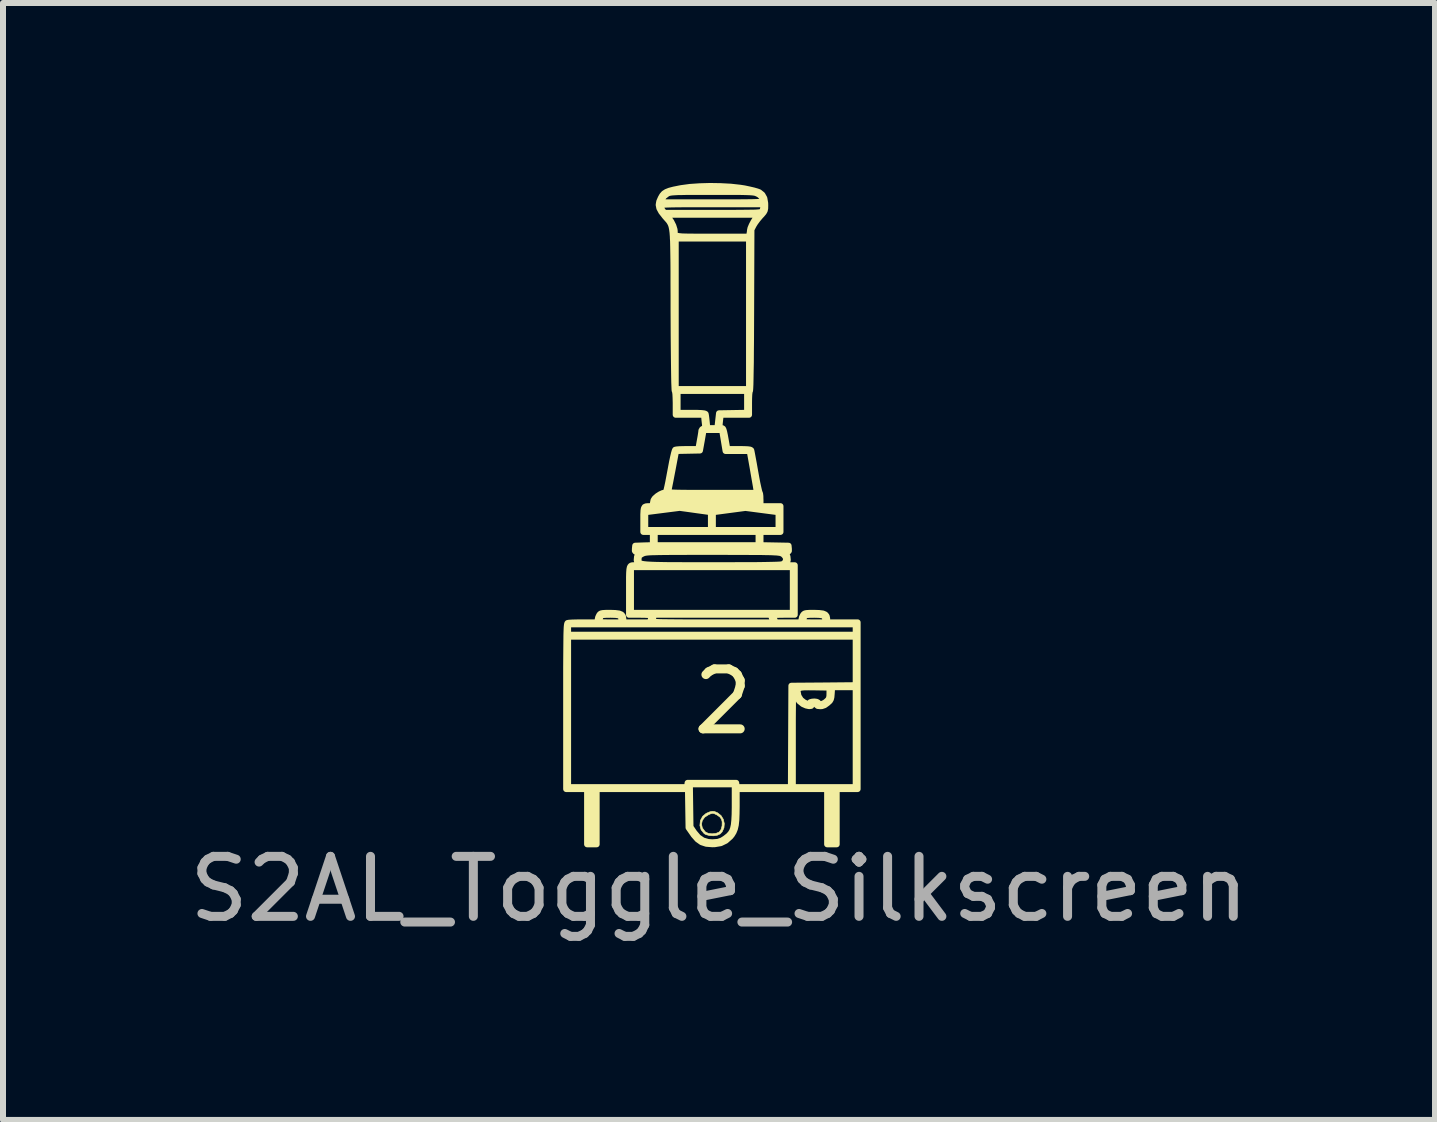
<source format=kicad_pcb>
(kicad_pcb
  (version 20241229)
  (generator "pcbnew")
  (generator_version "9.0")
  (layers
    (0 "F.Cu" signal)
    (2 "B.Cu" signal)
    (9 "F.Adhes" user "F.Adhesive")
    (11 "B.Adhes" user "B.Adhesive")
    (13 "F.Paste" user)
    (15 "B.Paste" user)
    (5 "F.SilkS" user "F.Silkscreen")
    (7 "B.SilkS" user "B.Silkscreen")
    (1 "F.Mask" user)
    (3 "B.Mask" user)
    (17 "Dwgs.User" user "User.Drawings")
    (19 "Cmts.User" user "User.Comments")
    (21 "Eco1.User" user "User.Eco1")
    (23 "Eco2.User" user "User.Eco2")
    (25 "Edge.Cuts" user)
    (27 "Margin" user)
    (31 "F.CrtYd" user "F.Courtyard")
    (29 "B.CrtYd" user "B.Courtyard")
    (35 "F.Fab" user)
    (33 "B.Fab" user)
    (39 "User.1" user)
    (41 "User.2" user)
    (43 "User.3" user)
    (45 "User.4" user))
  (footprint "S2AL_Toggle_Silkscreen"
    (layer "F.Cu")
    (at 8.681 5.673)
    (property "Reference" "S2AL_Toggle_Silkscreen" (at 0.254 6.096 0) (layer "F.Fab") (effects (font (size 1 1) (thickness 0.15))))
    (attr through_hole board_only exclude_from_pos_files exclude_from_bom)
    (fp_poly (pts (xy 0.18 4.804) (xy 0.226 4.824) (xy 0.229 4.825) (xy 0.287 4.871) (xy 0.325 4.933) (xy 0.342 5.004) (xy 0.336 5.076) (xy 0.306 5.141) (xy 0.274 5.176) (xy 0.227 5.198) (xy 0.163 5.208) (xy 0.095 5.204) (xy 0.035 5.188) (xy 0.006 5.171) (xy -0.044 5.11) (xy -0.065 5.037) (xy -0.063 5.015) (xy -0.038 5.015) (xy -0.024 5.078) (xy 0.02 5.137) (xy 0.03 5.146) (xy 0.076 5.168) (xy 0.137 5.175) (xy 0.2 5.169) (xy 0.251 5.149) (xy 0.26 5.143) (xy 0.289 5.101) (xy 0.305 5.041) (xy 0.306 4.977) (xy 0.296 4.934) (xy 0.269 4.896) (xy 0.222 4.862) (xy 0.214 4.858) (xy 0.174 4.839) (xy 0.146 4.833) (xy 0.116 4.841) (xy 0.08 4.856) (xy 0.015 4.898) (xy -0.025 4.953) (xy -0.038 5.015) (xy -0.063 5.015) (xy -0.057 4.959) (xy -0.056 4.953) (xy -0.019 4.884) (xy 0.039 4.835) (xy 0.103 4.808) (xy 0.144 4.8) (xy 0.18 4.804)) (stroke (width 0.01) (type solid)) (fill yes) (layer "F.SilkS"))
    (fp_poly (pts (xy 0.281 -5.62) (xy 0.45 -5.611) (xy 0.603 -5.594) (xy 0.675 -5.583) (xy 0.755 -5.566) (xy 0.829 -5.549) (xy 0.888 -5.532) (xy 0.924 -5.519) (xy 0.924 -5.519) (xy 0.976 -5.478) (xy 1.009 -5.419) (xy 1.023 -5.338) (xy 1.024 -5.302) (xy 1.023 -5.25) (xy 1.016 -5.214) (xy 0.999 -5.183) (xy 0.967 -5.145) (xy 0.946 -5.123) (xy 0.9 -5.069) (xy 0.857 -5.011) (xy 0.831 -4.969) (xy 0.794 -4.897) (xy 0.789 -3.552) (xy 0.788 -3.298) (xy 0.787 -3.069) (xy 0.785 -2.864) (xy 0.784 -2.686) (xy 0.781 -2.534) (xy 0.779 -2.41) (xy 0.777 -2.315) (xy 0.774 -2.249) (xy 0.771 -2.213) (xy 0.769 -2.207) (xy 0.763 -2.192) (xy 0.758 -2.149) (xy 0.755 -2.084) (xy 0.754 -2.008) (xy 0.754 -1.81) (xy 0.282 -1.81) (xy 0.272 -1.726) (xy 0.265 -1.66) (xy 0.263 -1.619) (xy 0.268 -1.597) (xy 0.28 -1.589) (xy 0.293 -1.587) (xy 0.308 -1.586) (xy 0.32 -1.578) (xy 0.329 -1.559) (xy 0.339 -1.524) (xy 0.351 -1.468) (xy 0.366 -1.385) (xy 0.392 -1.238) (xy 0.587 -1.238) (xy 0.674 -1.237) (xy 0.734 -1.234) (xy 0.77 -1.229) (xy 0.788 -1.221) (xy 0.791 -1.217) (xy 0.796 -1.195) (xy 0.805 -1.148) (xy 0.818 -1.078) (xy 0.834 -0.992) (xy 0.851 -0.895) (xy 0.858 -0.856) (xy 0.876 -0.756) (xy 0.893 -0.667) (xy 0.909 -0.594) (xy 0.921 -0.542) (xy 0.929 -0.514) (xy 0.931 -0.511) (xy 0.938 -0.493) (xy 0.943 -0.453) (xy 0.944 -0.398) (xy 0.945 -0.396) (xy 0.945 -0.286) (xy 1.278 -0.286) (xy 1.278 0.143) (xy 0.945 0.143) (xy 0.945 0.364) (xy 1.413 0.373) (xy 1.418 0.425) (xy 1.418 0.46) (xy 1.406 0.474) (xy 1.381 0.476) (xy 1.353 0.478) (xy 1.352 0.488) (xy 1.364 0.501) (xy 1.394 0.551) (xy 1.4 0.61) (xy 1.391 0.645) (xy 1.378 0.677) (xy 1.379 0.693) (xy 1.402 0.698) (xy 1.445 0.699) (xy 1.516 0.699) (xy 1.516 1.524) (xy 1.333 1.524) (xy 1.262 1.525) (xy 1.203 1.527) (xy 1.164 1.529) (xy 1.151 1.532) (xy 1.156 1.551) (xy 1.17 1.587) (xy 1.174 1.596) (xy 1.197 1.651) (xy 1.627 1.651) (xy 1.627 1.618) (xy 1.659 1.618) (xy 1.661 1.632) (xy 1.669 1.642) (xy 1.691 1.647) (xy 1.73 1.65) (xy 1.792 1.651) (xy 1.841 1.651) (xy 2.024 1.651) (xy 2.024 1.607) (xy 2.02 1.571) (xy 2.006 1.547) (xy 1.975 1.533) (xy 1.924 1.526) (xy 1.846 1.524) (xy 1.839 1.524) (xy 1.768 1.525) (xy 1.723 1.528) (xy 1.696 1.534) (xy 1.681 1.546) (xy 1.675 1.555) (xy 1.661 1.596) (xy 1.659 1.618) (xy 1.627 1.618) (xy 1.627 1.611) (xy 1.636 1.567) (xy 1.653 1.531) (xy 1.667 1.513) (xy 1.684 1.502) (xy 1.711 1.496) (xy 1.756 1.493) (xy 1.825 1.492) (xy 1.832 1.492) (xy 1.922 1.495) (xy 1.986 1.503) (xy 2.026 1.52) (xy 2.048 1.547) (xy 2.056 1.587) (xy 2.056 1.596) (xy 2.056 1.651) (xy 2.564 1.651) (xy 2.564 4.429) (xy 2.215 4.429) (xy 2.215 5.35) (xy 2.056 5.35) (xy 2.056 4.429) (xy 2.087 4.429) (xy 2.087 5.318) (xy 2.183 5.318) (xy 2.183 4.429) (xy 2.087 4.429) (xy 2.056 4.429) (xy 0.548 4.429) (xy 0.548 4.712) (xy 0.546 4.842) (xy 0.542 4.946) (xy 0.533 5.028) (xy 0.518 5.093) (xy 0.497 5.145) (xy 0.469 5.191) (xy 0.443 5.223) (xy 0.367 5.29) (xy 0.282 5.331) (xy 0.182 5.348) (xy 0.142 5.349) (xy 0.042 5.341) (xy -0.037 5.315) (xy -0.105 5.267) (xy -0.17 5.193) (xy -0.182 5.175) (xy -0.254 5.072) (xy -0.259 4.751) (xy -0.264 4.429) (xy -1.786 4.429) (xy -1.786 5.35) (xy -1.945 5.35) (xy -1.945 4.429) (xy -1.913 4.429) (xy -1.913 5.318) (xy -1.818 5.318) (xy -1.818 4.429) (xy -1.913 4.429) (xy -1.945 4.429) (xy -2.294 4.429) (xy -2.294 3.05) (xy -2.294 2.807) (xy -2.294 2.595) (xy -2.294 2.41) (xy -2.293 2.251) (xy -2.292 2.116) (xy -2.291 2.003) (xy -2.29 1.911) (xy -2.29 1.889) (xy -2.262 1.889) (xy -2.262 4.397) (xy -0.28 4.397) (xy -0.273 4.35) (xy -0.232 4.35) (xy -0.227 4.705) (xy -0.222 5.061) (xy -0.159 5.154) (xy -0.091 5.234) (xy -0.015 5.286) (xy 0.074 5.312) (xy 0.143 5.317) (xy 0.235 5.31) (xy 0.301 5.287) (xy 0.354 5.254) (xy 0.406 5.213) (xy 0.416 5.204) (xy 0.447 5.17) (xy 0.471 5.132) (xy 0.488 5.086) (xy 0.501 5.027) (xy 0.509 4.951) (xy 0.514 4.854) (xy 0.516 4.732) (xy 0.516 4.672) (xy 0.516 4.35) (xy -0.232 4.35) (xy -0.273 4.35) (xy -0.27 4.326) (xy 0.54 4.326) (xy 0.55 4.397) (xy 1.452 4.397) (xy 1.456 3.564) (xy 1.484 3.564) (xy 1.484 4.397) (xy 2.532 4.397) (xy 2.532 2.731) (xy 2.139 2.731) (xy 2.132 2.836) (xy 2.127 2.895) (xy 2.118 2.932) (xy 2.101 2.961) (xy 2.069 2.99) (xy 2.064 2.995) (xy 2.014 3.031) (xy 1.967 3.047) (xy 1.942 3.048) (xy 1.899 3.044) (xy 1.882 3.03) (xy 1.881 3.024) (xy 1.867 3.005) (xy 1.841 3) (xy 1.81 3.009) (xy 1.802 3.024) (xy 1.789 3.043) (xy 1.756 3.047) (xy 1.708 3.037) (xy 1.655 3.014) (xy 1.651 3.012) (xy 1.59 2.963) (xy 1.554 2.899) (xy 1.541 2.815) (xy 1.54 2.806) (xy 1.54 2.804) (xy 1.564 2.804) (xy 1.578 2.878) (xy 1.618 2.942) (xy 1.67 2.983) (xy 1.726 3.009) (xy 1.758 3.014) (xy 1.766 2.999) (xy 1.766 2.996) (xy 1.776 2.981) (xy 1.806 2.973) (xy 1.845 2.97) (xy 1.882 2.975) (xy 1.905 2.988) (xy 1.907 2.992) (xy 1.929 3.013) (xy 1.967 3.012) (xy 2.015 2.99) (xy 2.04 2.971) (xy 2.071 2.942) (xy 2.087 2.915) (xy 2.094 2.878) (xy 2.095 2.832) (xy 2.095 2.738) (xy 1.852 2.734) (xy 1.749 2.733) (xy 1.674 2.734) (xy 1.622 2.739) (xy 1.59 2.749) (xy 1.572 2.764) (xy 1.565 2.786) (xy 1.564 2.804) (xy 1.54 2.804) (xy 1.538 2.759) (xy 1.529 2.736) (xy 1.512 2.731) (xy 1.506 2.732) (xy 1.501 2.738) (xy 1.496 2.752) (xy 1.493 2.775) (xy 1.49 2.81) (xy 1.488 2.86) (xy 1.487 2.927) (xy 1.486 3.015) (xy 1.485 3.124) (xy 1.484 3.258) (xy 1.484 3.42) (xy 1.484 3.564) (xy 1.456 3.564) (xy 1.46 2.707) (xy 1.996 2.703) (xy 2.532 2.698) (xy 2.532 1.889) (xy -2.262 1.889) (xy -2.29 1.889) (xy -2.289 1.836) (xy -2.287 1.778) (xy -2.285 1.734) (xy -2.282 1.702) (xy -2.279 1.683) (xy -2.262 1.683) (xy -2.262 1.857) (xy 2.532 1.857) (xy 2.532 1.683) (xy -2.262 1.683) (xy -2.279 1.683) (xy -2.279 1.681) (xy -2.275 1.668) (xy -2.271 1.662) (xy -2.269 1.661) (xy -2.245 1.657) (xy -2.195 1.654) (xy -2.126 1.652) (xy -2.045 1.651) (xy -2.007 1.651) (xy -1.77 1.651) (xy -1.77 1.618) (xy -1.738 1.618) (xy -1.737 1.632) (xy -1.728 1.642) (xy -1.707 1.647) (xy -1.668 1.65) (xy -1.605 1.651) (xy -1.556 1.651) (xy -1.373 1.651) (xy -1.373 1.607) (xy -1.377 1.571) (xy -1.391 1.547) (xy -1.422 1.533) (xy -1.473 1.526) (xy -1.551 1.524) (xy -1.558 1.524) (xy -1.629 1.525) (xy -1.674 1.528) (xy -1.701 1.534) (xy -1.716 1.546) (xy -1.722 1.555) (xy -1.736 1.596) (xy -1.738 1.618) (xy -1.77 1.618) (xy -1.77 1.611) (xy -1.761 1.567) (xy -1.744 1.531) (xy -1.731 1.513) (xy -1.714 1.502) (xy -1.686 1.496) (xy -1.641 1.493) (xy -1.572 1.492) (xy -1.565 1.492) (xy -1.475 1.495) (xy -1.412 1.503) (xy -1.371 1.52) (xy -1.349 1.547) (xy -1.342 1.587) (xy -1.341 1.596) (xy -1.341 1.651) (xy -0.9 1.651) (xy -0.891 1.626) (xy -0.859 1.626) (xy -0.859 1.631) (xy -0.852 1.635) (xy -0.838 1.639) (xy -0.813 1.642) (xy -0.775 1.645) (xy -0.722 1.647) (xy -0.652 1.648) (xy -0.562 1.649) (xy -0.451 1.65) (xy -0.316 1.651) (xy -0.155 1.651) (xy 0.035 1.651) (xy 0.148 1.651) (xy 1.164 1.651) (xy 1.139 1.587) (xy 1.114 1.524) (xy -0.83 1.524) (xy -0.84 1.562) (xy -0.851 1.603) (xy -0.859 1.626) (xy -0.891 1.626) (xy -0.883 1.601) (xy -0.871 1.563) (xy -0.865 1.538) (xy -0.865 1.538) (xy -0.88 1.532) (xy -0.921 1.528) (xy -0.981 1.525) (xy -1.054 1.524) (xy -1.246 1.524) (xy -1.246 1.121) (xy -1.246 0.994) (xy -1.246 0.896) (xy -1.244 0.822) (xy -1.24 0.769) (xy -1.233 0.734) (xy -1.231 0.73) (xy -1.214 0.73) (xy -1.214 1.492) (xy 1.484 1.492) (xy 1.484 0.73) (xy -1.214 0.73) (xy -1.231 0.73) (xy -1.222 0.713) (xy -1.206 0.702) (xy -1.184 0.699) (xy -1.155 0.698) (xy -1.141 0.699) (xy -1.106 0.697) (xy -1.095 0.687) (xy -1.103 0.668) (xy -1.118 0.614) (xy -1.088 0.614) (xy -1.087 0.63) (xy -1.083 0.644) (xy -1.074 0.656) (xy -1.058 0.666) (xy -1.032 0.675) (xy -0.995 0.681) (xy -0.944 0.686) (xy -0.878 0.69) (xy -0.794 0.693) (xy -0.691 0.695) (xy -0.565 0.697) (xy -0.416 0.697) (xy -0.241 0.698) (xy -0.037 0.698) (xy 0.138 0.698) (xy 0.377 0.698) (xy 0.585 0.697) (xy 0.764 0.697) (xy 0.915 0.696) (xy 1.04 0.694) (xy 1.14 0.692) (xy 1.217 0.69) (xy 1.271 0.687) (xy 1.304 0.683) (xy 1.317 0.68) (xy 1.357 0.648) (xy 1.372 0.605) (xy 1.363 0.56) (xy 1.329 0.52) (xy 1.302 0.503) (xy 1.289 0.498) (xy 1.271 0.493) (xy 1.248 0.49) (xy 1.215 0.486) (xy 1.172 0.484) (xy 1.116 0.481) (xy 1.044 0.48) (xy 0.954 0.478) (xy 0.844 0.478) (xy 0.711 0.477) (xy 0.554 0.477) (xy 0.37 0.476) (xy 0.156 0.476) (xy 0.142 0.476) (xy -0.072 0.476) (xy -0.257 0.476) (xy -0.414 0.477) (xy -0.547 0.477) (xy -0.657 0.478) (xy -0.748 0.479) (xy -0.82 0.481) (xy -0.877 0.482) (xy -0.921 0.485) (xy -0.954 0.488) (xy -0.978 0.492) (xy -0.996 0.496) (xy -1.011 0.502) (xy -1.024 0.508) (xy -1.025 0.508) (xy -1.065 0.532) (xy -1.083 0.556) (xy -1.087 0.592) (xy -1.087 0.595) (xy -1.088 0.614) (xy -1.118 0.614) (xy -1.118 0.613) (xy -1.113 0.556) (xy -1.089 0.51) (xy -1.087 0.508) (xy -1.056 0.476) (xy -1.104 0.476) (xy -1.137 0.473) (xy -1.149 0.458) (xy -1.148 0.425) (xy -1.148 0.421) (xy -1.119 0.421) (xy -1.116 0.425) (xy -1.107 0.429) (xy -1.088 0.432) (xy -1.058 0.435) (xy -1.015 0.437) (xy -0.958 0.439) (xy -0.883 0.441) (xy -0.79 0.442) (xy -0.675 0.443) (xy -0.538 0.444) (xy -0.375 0.444) (xy -0.186 0.444) (xy 0.032 0.444) (xy 0.135 0.445) (xy 0.366 0.444) (xy 0.567 0.444) (xy 0.741 0.444) (xy 0.889 0.443) (xy 1.013 0.443) (xy 1.115 0.441) (xy 1.198 0.44) (xy 1.262 0.438) (xy 1.311 0.436) (xy 1.346 0.433) (xy 1.37 0.43) (xy 1.383 0.427) (xy 1.389 0.423) (xy 1.389 0.421) (xy 1.386 0.416) (xy 1.376 0.412) (xy 1.358 0.409) (xy 1.328 0.406) (xy 1.285 0.404) (xy 1.227 0.402) (xy 1.153 0.401) (xy 1.059 0.399) (xy 0.945 0.398) (xy 0.807 0.398) (xy 0.645 0.397) (xy 0.456 0.397) (xy 0.238 0.397) (xy 0.135 0.397) (xy -0.096 0.397) (xy -0.298 0.397) (xy -0.471 0.397) (xy -0.619 0.398) (xy -0.743 0.399) (xy -0.845 0.4) (xy -0.928 0.401) (xy -0.993 0.403) (xy -1.041 0.405) (xy -1.077 0.408) (xy -1.1 0.411) (xy -1.113 0.415) (xy -1.119 0.419) (xy -1.119 0.421) (xy -1.148 0.421) (xy -1.143 0.373) (xy -0.996 0.368) (xy -0.849 0.364) (xy -0.849 0.143) (xy -0.818 0.143) (xy -0.818 0.365) (xy 0.913 0.365) (xy 0.913 0.143) (xy -0.818 0.143) (xy -0.849 0.143) (xy -1.008 0.143) (xy -1.008 -0.062) (xy -1.008 -0.15) (xy -1.006 -0.185) (xy -0.976 -0.185) (xy -0.976 0.111) (xy 0.119 0.111) (xy 0.119 -0.185) (xy 0.151 -0.185) (xy 0.151 0.111) (xy 1.246 0.111) (xy 1.246 -0.185) (xy 0.97 -0.221) (xy 0.765 -0.248) (xy 1.061 -0.248) (xy 1.063 -0.245) (xy 1.09 -0.239) (xy 1.095 -0.238) (xy 1.172 -0.227) (xy 1.223 -0.226) (xy 1.245 -0.234) (xy 1.246 -0.238) (xy 1.231 -0.246) (xy 1.192 -0.251) (xy 1.139 -0.252) (xy 1.085 -0.25) (xy 1.061 -0.248) (xy 0.765 -0.248) (xy 0.694 -0.257) (xy 0.422 -0.221) (xy 0.151 -0.185) (xy 0.119 -0.185) (xy 0.119 -0.186) (xy -0.141 -0.222) (xy -0.298 -0.244) (xy -0.025 -0.244) (xy -0.023 -0.24) (xy -0.016 -0.238) (xy 0.078 -0.228) (xy 0.183 -0.227) (xy 0.279 -0.235) (xy 0.294 -0.237) (xy 0.313 -0.242) (xy 0.306 -0.246) (xy 0.271 -0.248) (xy 0.206 -0.25) (xy 0.143 -0.25) (xy 0.06 -0.249) (xy 0.003 -0.247) (xy -0.025 -0.244) (xy -0.298 -0.244) (xy -0.402 -0.258) (xy -0.976 -0.185) (xy -1.006 -0.185) (xy -1.005 -0.211) (xy -1.001 -0.237) (xy -0.976 -0.237) (xy -0.963 -0.228) (xy -0.92 -0.227) (xy -0.869 -0.231) (xy -0.814 -0.237) (xy -0.774 -0.243) (xy -0.755 -0.248) (xy -0.755 -0.248) (xy -0.767 -0.251) (xy -0.802 -0.253) (xy -0.855 -0.254) (xy -0.863 -0.254) (xy -0.926 -0.252) (xy -0.965 -0.245) (xy -0.976 -0.237) (xy -1.001 -0.237) (xy -0.998 -0.251) (xy -0.985 -0.273) (xy -0.962 -0.283) (xy -0.928 -0.286) (xy -0.905 -0.286) (xy -0.869 -0.288) (xy -0.853 -0.303) (xy -0.847 -0.338) (xy -0.846 -0.345) (xy -0.839 -0.381) (xy -0.818 -0.381) (xy -0.818 -0.286) (xy 0.913 -0.286) (xy 0.913 -0.381) (xy -0.818 -0.381) (xy -0.839 -0.381) (xy -0.838 -0.385) (xy -0.82 -0.413) (xy -0.774 -0.413) (xy 0.069 -0.413) (xy 0.254 -0.413) (xy 0.41 -0.413) (xy 0.539 -0.413) (xy 0.644 -0.414) (xy 0.727 -0.415) (xy 0.791 -0.416) (xy 0.838 -0.419) (xy 0.871 -0.421) (xy 0.893 -0.425) (xy 0.905 -0.429) (xy 0.911 -0.435) (xy 0.913 -0.441) (xy 0.913 -0.445) (xy 0.912 -0.452) (xy 0.908 -0.458) (xy 0.899 -0.463) (xy 0.882 -0.466) (xy 0.854 -0.47) (xy 0.812 -0.472) (xy 0.755 -0.474) (xy 0.679 -0.475) (xy 0.582 -0.476) (xy 0.462 -0.476) (xy 0.315 -0.476) (xy 0.14 -0.476) (xy 0.11 -0.476) (xy -0.071 -0.476) (xy -0.222 -0.476) (xy -0.347 -0.476) (xy -0.449 -0.475) (xy -0.529 -0.474) (xy -0.591 -0.472) (xy -0.638 -0.469) (xy -0.672 -0.466) (xy -0.696 -0.462) (xy -0.713 -0.457) (xy -0.725 -0.451) (xy -0.734 -0.445) (xy -0.774 -0.413) (xy -0.82 -0.413) (xy -0.816 -0.418) (xy -0.774 -0.455) (xy -0.773 -0.456) (xy -0.727 -0.485) (xy -0.685 -0.504) (xy -0.667 -0.508) (xy -0.655 -0.508) (xy -0.645 -0.511) (xy -0.636 -0.519) (xy -0.63 -0.532) (xy -0.592 -0.532) (xy -0.59 -0.526) (xy -0.581 -0.521) (xy -0.564 -0.517) (xy -0.535 -0.514) (xy -0.492 -0.512) (xy -0.433 -0.51) (xy -0.354 -0.509) (xy -0.253 -0.508) (xy -0.127 -0.508) (xy 0.027 -0.508) (xy 0.143 -0.508) (xy 0.885 -0.508) (xy 0.875 -0.575) (xy 0.869 -0.613) (xy 0.858 -0.676) (xy 0.844 -0.756) (xy 0.828 -0.848) (xy 0.815 -0.925) (xy 0.765 -1.206) (xy 0.363 -1.206) (xy 0.305 -1.556) (xy -0.003 -1.556) (xy -0.033 -1.385) (xy -0.064 -1.214) (xy -0.263 -1.21) (xy -0.462 -1.206) (xy -0.522 -0.888) (xy -0.541 -0.79) (xy -0.558 -0.701) (xy -0.573 -0.626) (xy -0.584 -0.571) (xy -0.59 -0.542) (xy -0.591 -0.539) (xy -0.592 -0.532) (xy -0.63 -0.532) (xy -0.627 -0.538) (xy -0.618 -0.568) (xy -0.607 -0.616) (xy -0.593 -0.682) (xy -0.576 -0.772) (xy -0.554 -0.889) (xy -0.545 -0.937) (xy -0.528 -1.027) (xy -0.511 -1.106) (xy -0.496 -1.17) (xy -0.484 -1.211) (xy -0.477 -1.226) (xy -0.455 -1.231) (xy -0.409 -1.235) (xy -0.345 -1.237) (xy -0.276 -1.238) (xy -0.091 -1.238) (xy -0.066 -1.379) (xy -0.054 -1.445) (xy -0.045 -1.501) (xy -0.04 -1.537) (xy -0.04 -1.545) (xy -0.026 -1.569) (xy -0.006 -1.58) (xy 0.014 -1.59) (xy 0.022 -1.61) (xy 0.02 -1.649) (xy 0.018 -1.663) (xy 0.012 -1.716) (xy 0.008 -1.762) (xy 0.008 -1.772) (xy 0.008 -1.81) (xy -0.468 -1.81) (xy -0.468 -2.008) (xy -0.47 -2.09) (xy -0.473 -2.153) (xy -0.478 -2.193) (xy -0.484 -2.207) (xy -0.437 -2.207) (xy -0.437 -1.841) (xy -0.206 -1.841) (xy -0.108 -1.841) (xy -0.039 -1.838) (xy 0.005 -1.833) (xy 0.027 -1.826) (xy 0.031 -1.822) (xy 0.036 -1.796) (xy 0.042 -1.75) (xy 0.048 -1.695) (xy 0.058 -1.587) (xy 0.226 -1.587) (xy 0.24 -1.711) (xy 0.254 -1.834) (xy 0.488 -1.838) (xy 0.722 -1.842) (xy 0.722 -2.207) (xy -0.437 -2.207) (xy -0.484 -2.207) (xy -0.487 -2.222) (xy -0.489 -2.269) (xy -0.492 -2.345) (xy -0.494 -2.45) (xy -0.496 -2.584) (xy -0.498 -2.744) (xy -0.5 -2.93) (xy -0.502 -3.141) (xy -0.503 -3.376) (xy -0.504 -3.552) (xy -0.504 -3.794) (xy -0.505 -4.007) (xy -0.505 -4.192) (xy -0.506 -4.352) (xy -0.508 -4.489) (xy -0.51 -4.604) (xy -0.512 -4.701) (xy -0.515 -4.747) (xy -0.468 -4.747) (xy -0.468 -2.238) (xy 0.754 -2.238) (xy 0.754 -4.747) (xy -0.468 -4.747) (xy -0.515 -4.747) (xy -0.516 -4.781) (xy -0.521 -4.846) (xy -0.528 -4.899) (xy -0.536 -4.941) (xy -0.546 -4.975) (xy -0.559 -5.003) (xy -0.573 -5.027) (xy -0.59 -5.05) (xy -0.61 -5.072) (xy -0.632 -5.097) (xy -0.651 -5.119) (xy -0.67 -5.144) (xy -0.63 -5.144) (xy -0.586 -5.092) (xy -0.542 -5.029) (xy -0.508 -4.961) (xy -0.488 -4.897) (xy -0.485 -4.871) (xy -0.485 -4.848) (xy -0.484 -4.829) (xy -0.479 -4.813) (xy -0.467 -4.802) (xy -0.445 -4.793) (xy -0.411 -4.787) (xy -0.36 -4.782) (xy -0.292 -4.78) (xy -0.201 -4.779) (xy -0.087 -4.778) (xy 0.055 -4.778) (xy 0.143 -4.778) (xy 0.75 -4.778) (xy 0.76 -4.814) (xy 0.768 -4.859) (xy 0.77 -4.883) (xy 0.778 -4.92) (xy 0.8 -4.972) (xy 0.83 -5.029) (xy 0.863 -5.08) (xy 0.885 -5.108) (xy 0.918 -5.144) (xy -0.63 -5.144) (xy -0.67 -5.144) (xy -0.708 -5.192) (xy -0.741 -5.253) (xy -0.748 -5.289) (xy -0.722 -5.289) (xy -0.713 -5.256) (xy -0.69 -5.218) (xy -0.689 -5.217) (xy -0.657 -5.175) (xy 0.151 -5.175) (xy 0.332 -5.175) (xy 0.484 -5.175) (xy 0.609 -5.176) (xy 0.711 -5.177) (xy 0.791 -5.178) (xy 0.852 -5.179) (xy 0.898 -5.182) (xy 0.93 -5.185) (xy 0.951 -5.189) (xy 0.964 -5.194) (xy 0.971 -5.199) (xy 0.976 -5.206) (xy 0.989 -5.246) (xy 0.992 -5.277) (xy 0.992 -5.318) (xy 0.135 -5.318) (xy -0.052 -5.318) (xy -0.209 -5.318) (xy -0.34 -5.318) (xy -0.446 -5.317) (xy -0.531 -5.316) (xy -0.596 -5.314) (xy -0.645 -5.312) (xy -0.679 -5.309) (xy -0.701 -5.306) (xy -0.714 -5.302) (xy -0.721 -5.296) (xy -0.722 -5.29) (xy -0.722 -5.289) (xy -0.748 -5.289) (xy -0.752 -5.308) (xy -0.745 -5.35) (xy -0.722 -5.35) (xy 0.135 -5.35) (xy 0.323 -5.35) (xy 0.482 -5.35) (xy 0.613 -5.351) (xy 0.721 -5.352) (xy 0.806 -5.353) (xy 0.872 -5.355) (xy 0.92 -5.357) (xy 0.954 -5.36) (xy 0.976 -5.363) (xy 0.988 -5.368) (xy 0.992 -5.373) (xy 0.992 -5.375) (xy 0.977 -5.427) (xy 0.931 -5.473) (xy 0.897 -5.493) (xy 0.881 -5.5) (xy 0.863 -5.507) (xy 0.84 -5.512) (xy 0.809 -5.516) (xy 0.768 -5.519) (xy 0.713 -5.521) (xy 0.641 -5.523) (xy 0.548 -5.524) (xy 0.433 -5.524) (xy 0.292 -5.524) (xy 0.143 -5.524) (xy -0.024 -5.524) (xy -0.163 -5.524) (xy -0.275 -5.524) (xy -0.365 -5.522) (xy -0.436 -5.521) (xy -0.489 -5.518) (xy -0.529 -5.515) (xy -0.559 -5.511) (xy -0.581 -5.506) (xy -0.598 -5.499) (xy -0.608 -5.494) (xy -0.664 -5.451) (xy -0.695 -5.407) (xy -0.722 -5.35) (xy -0.745 -5.35) (xy -0.742 -5.366) (xy -0.717 -5.423) (xy -0.693 -5.465) (xy -0.664 -5.498) (xy -0.625 -5.523) (xy -0.572 -5.544) (xy -0.499 -5.563) (xy -0.468 -5.569) (xy -0.258 -5.569) (xy -0.232 -5.566) (xy -0.178 -5.563) (xy -0.096 -5.561) (xy 0.01 -5.56) (xy 0.135 -5.56) (xy 0.248 -5.56) (xy 0.348 -5.562) (xy 0.431 -5.563) (xy 0.493 -5.566) (xy 0.531 -5.568) (xy 0.542 -5.571) (xy 0.54 -5.572) (xy 0.506 -5.576) (xy 0.447 -5.58) (xy 0.368 -5.582) (xy 0.275 -5.584) (xy 0.175 -5.585) (xy 0.072 -5.585) (xy -0.027 -5.584) (xy -0.115 -5.582) (xy -0.188 -5.579) (xy -0.238 -5.575) (xy -0.254 -5.573) (xy -0.258 -5.569) (xy -0.468 -5.569) (xy -0.4 -5.583) (xy -0.371 -5.588) (xy -0.231 -5.607) (xy -0.069 -5.618) (xy 0.105 -5.623) (xy 0.281 -5.62)) (stroke (width 0.1) (type solid)) (fill yes) (layer "F.SilkS"))
    (fp_text user "2" (at -0.254 3.556 0) (unlocked yes) (layer "F.SilkS") (effects (font (size 1 1) (thickness 0.15)) (justify left bottom))))
  (gr_rect
    (start -3 -3)
    (end 20.869 15.617)
    (stroke (width 0.1) (type default))
    (fill no)
    (layer "Edge.Cuts")))
</source>
